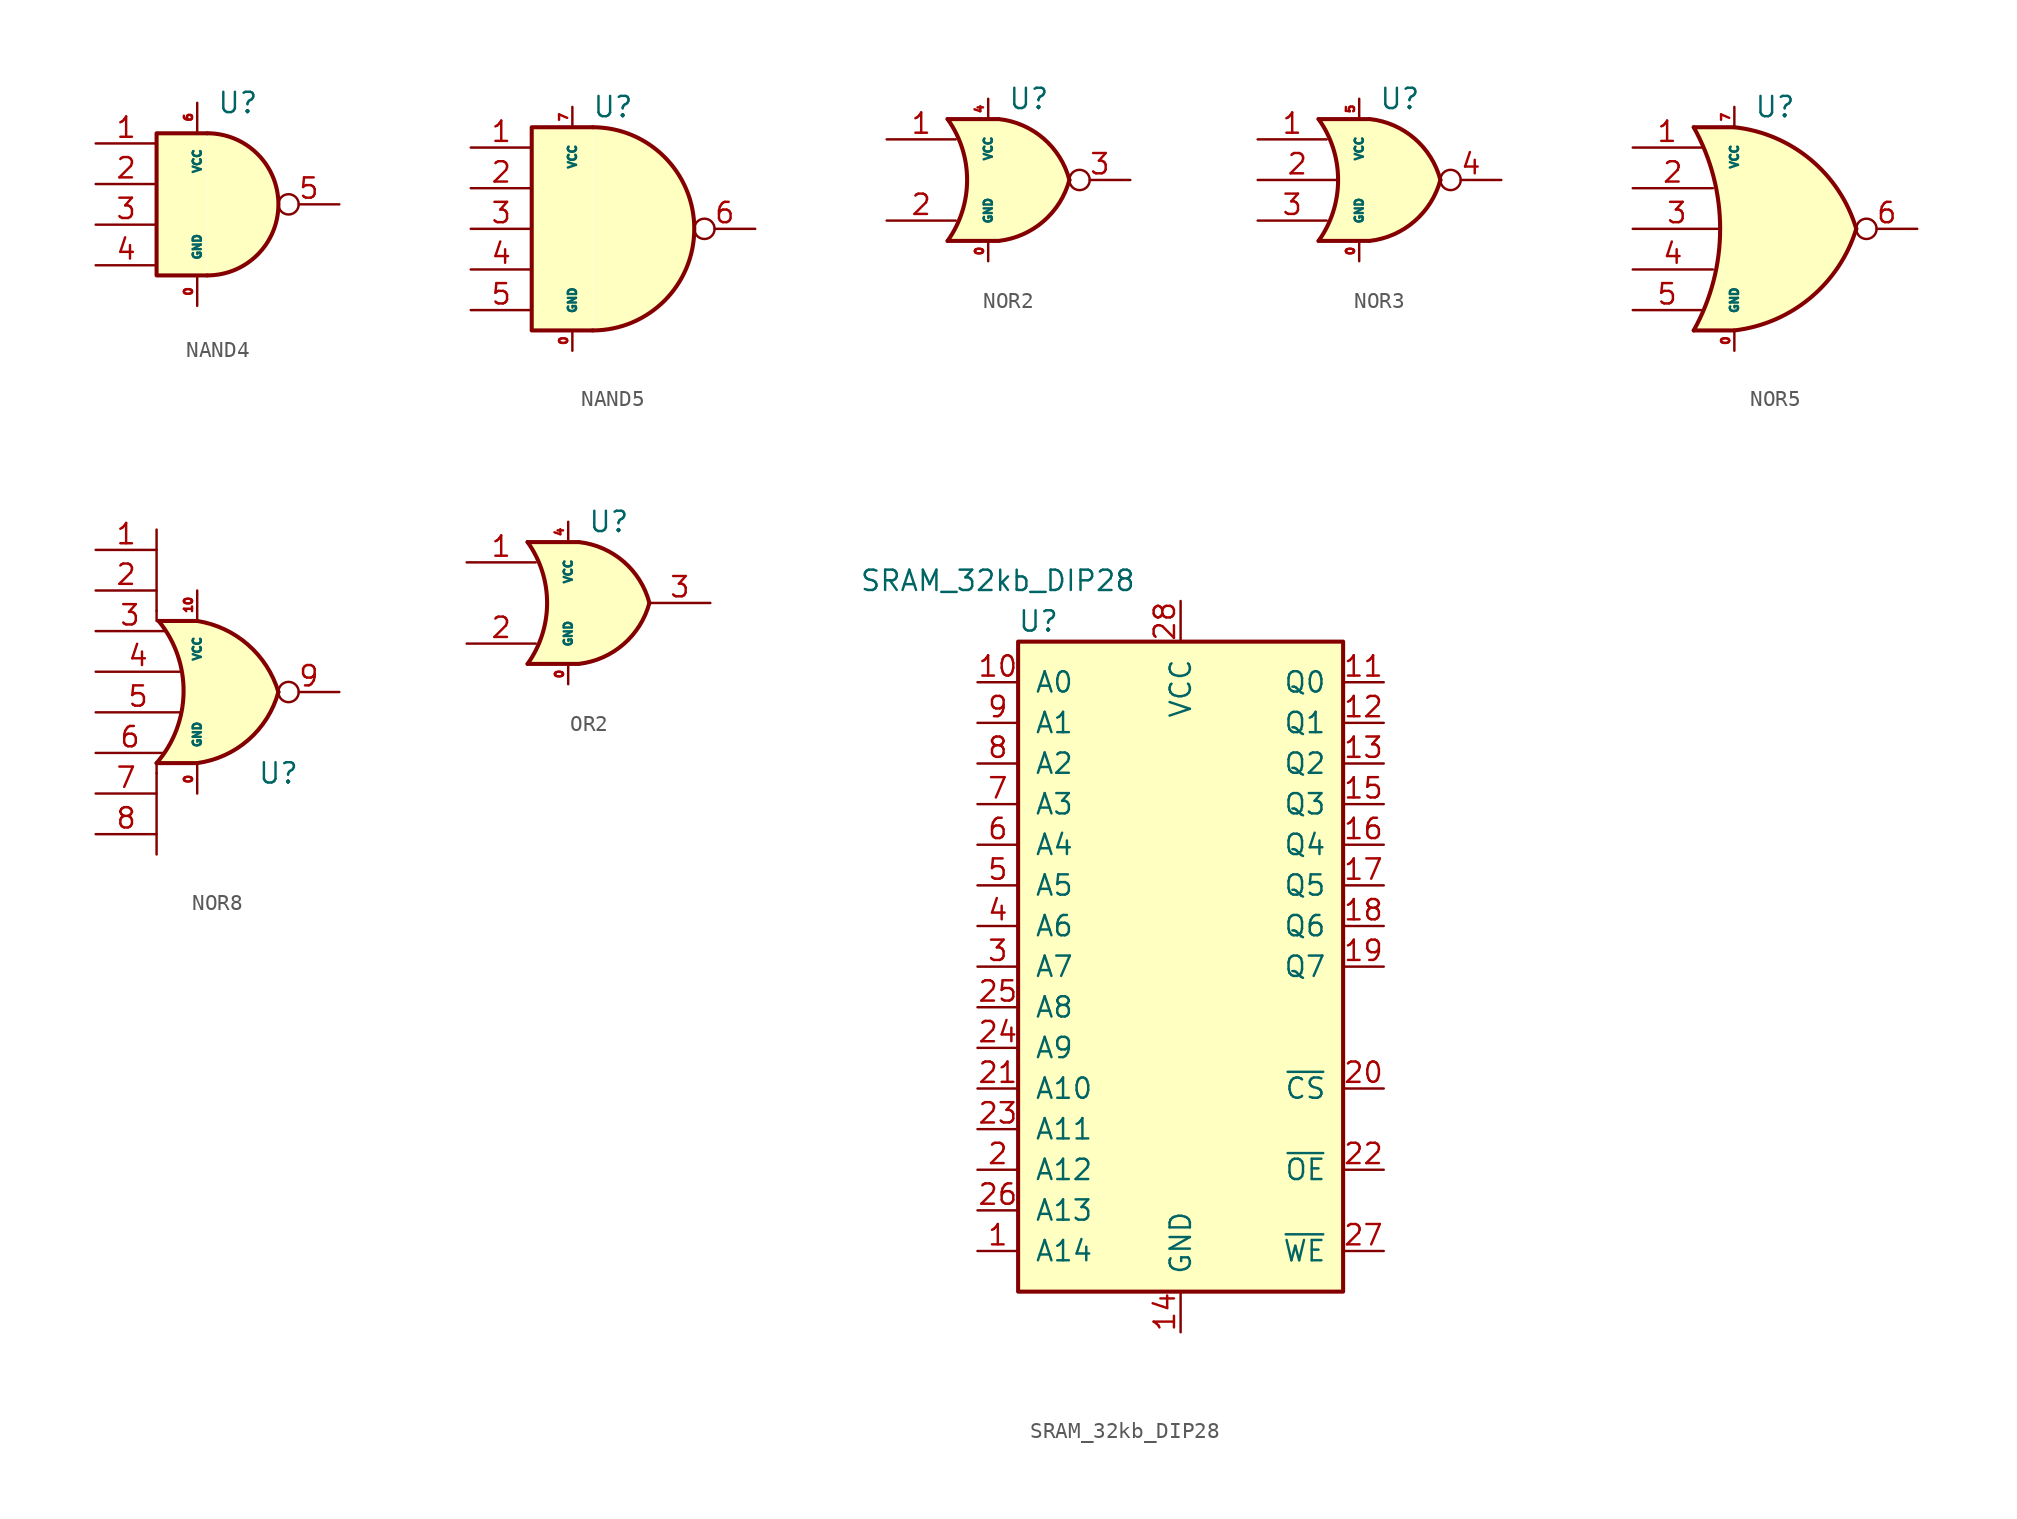
<source format=kicad_sym>
(kicad_symbol_lib
  (version 20231120)
  (generator "kicad_symbol_editor")
  (generator_version "8.0")
  (symbol "NAND4"
    (pin_names
      (offset 1.016))
    (property "Reference" "U"
      (at 2.54 6.35 0)
      (effects (font (size 1.27 1.27))))
    (symbol "NAND4_1_1"
      (polyline (pts (xy 0.635 4.445) (xy -2.54 4.445) (xy -2.54 -4.445) (xy 0.635 -4.445)) (stroke (width 0.254) (type solid)) (fill (type background)))
      (arc (start 0.635 -4.445) (mid 5.08 0) (end 0.635 4.445) (stroke (width 0.254) (type solid)) (fill (type background)))
      (pin input line (at 0 -6.35 90) (length 1.803) (name "GND" (effects (font (size 0.508 0.508)))) (number "0" (effects (font (size 0.508 0.508)))))
      (pin input line (at -6.35 3.81 0) (length 3.81) (name "~" (effects (font (size 1.27 1.27)))) (number "1" (effects (font (size 1.27 1.27)))))
      (pin input line (at -6.35 1.27 0) (length 3.81) (name "~" (effects (font (size 1.27 1.27)))) (number "2" (effects (font (size 1.27 1.27)))))
      (pin input line (at -6.35 -1.27 0) (length 3.81) (name "~" (effects (font (size 1.27 1.27)))) (number "3" (effects (font (size 1.27 1.27)))))
      (pin input line (at -6.35 -3.81 0) (length 3.81) (name "~" (effects (font (size 1.27 1.27)))) (number "4" (effects (font (size 1.27 1.27)))))
      (pin output inverted (at 8.89 0 180) (length 3.81) (name "~" (effects (font (size 1.27 1.27)))) (number "5" (effects (font (size 1.27 1.27)))))
      (pin input line (at 0 6.35 270) (length 1.803) (name "VCC" (effects (font (size 0.508 0.508)))) (number "6" (effects (font (size 0.508 0.508)))))))
  (symbol "NAND5"
    (pin_names
      (offset 1.016))
    (property "Reference" "U"
      (at 2.54 7.62 0)
      (effects (font (size 1.27 1.27))))
    (symbol "NAND5_1_1"
      (polyline (pts (xy 1.27 6.35) (xy -2.54 6.35) (xy -2.54 -6.35) (xy 1.27 -6.35)) (stroke (width 0.254) (type solid)) (fill (type background)))
      (arc (start 1.27 -6.35) (mid 7.62 0) (end 1.27 6.35) (stroke (width 0.254) (type solid)) (fill (type background)))
      (pin input line (at 0 -7.62 90) (length 1.27) (name "GND" (effects (font (size 0.508 0.508)))) (number "0" (effects (font (size 0.508 0.508)))))
      (pin input line (at -6.35 5.08 0) (length 3.81) (name "~" (effects (font (size 1.27 1.27)))) (number "1" (effects (font (size 1.27 1.27)))))
      (pin input line (at -6.35 2.54 0) (length 3.81) (name "~" (effects (font (size 1.27 1.27)))) (number "2" (effects (font (size 1.27 1.27)))))
      (pin input line (at -6.35 0 0) (length 3.81) (name "~" (effects (font (size 1.27 1.27)))) (number "3" (effects (font (size 1.27 1.27)))))
      (pin input line (at -6.35 -2.54 0) (length 3.81) (name "~" (effects (font (size 1.27 1.27)))) (number "4" (effects (font (size 1.27 1.27)))))
      (pin input line (at -6.35 -5.08 0) (length 3.81) (name "~" (effects (font (size 1.27 1.27)))) (number "5" (effects (font (size 1.27 1.27)))))
      (pin output inverted (at 11.43 0 180) (length 3.81) (name "~" (effects (font (size 1.27 1.27)))) (number "6" (effects (font (size 1.27 1.27)))))
      (pin input line (at 0 7.62 270) (length 1.27) (name "VCC" (effects (font (size 0.508 0.508)))) (number "7" (effects (font (size 0.508 0.508)))))))
  (symbol "NOR2"
    (pin_names
      (offset 1.016))
    (property "Reference" "U"
      (at 2.54 5.08 0)
      (effects (font (size 1.27 1.27))))
    (symbol "NOR2_1_1"
      (arc (start -2.54 -3.81) (mid -1.319 0) (end -2.54 3.81) (stroke (width 0.254) (type solid)) (fill (type none)))
      (polyline (pts (xy -2.54 -3.81) (xy 0.635 -3.81)) (stroke (width 0.254) (type solid)) (fill (type background)))
      (polyline (pts (xy -2.54 3.81) (xy 0.635 3.81)) (stroke (width 0.254) (type solid)) (fill (type background)))
      (polyline (pts (xy 0.635 3.81) (xy -2.54 3.81) (xy -2.54 3.81) (xy -2.286 3.404) (xy -1.753 2.261) (xy -1.422 1.041) (xy -1.346 -0.254) (xy -1.499 -1.499) (xy -1.905 -2.718) (xy -2.54 -3.81) (xy -2.54 -3.81) (xy 0.635 -3.81)) (stroke (width -25.4) (type solid)) (fill (type background)))
      (arc (start 0.6604 -3.81) (mid 3.4542 -2.5851) (end 5.08 0) (stroke (width 0.254) (type solid)) (fill (type background)))
      (arc (start 5.08 0) (mid 3.4615 2.5936) (end 0.6604 3.81) (stroke (width 0.254) (type solid)) (fill (type background)))
      (pin input line (at 0 -5.08 90) (length 1.27) (name "GND" (effects (font (size 0.508 0.508)))) (number "0" (effects (font (size 0.508 0.508)))))
      (pin input line (at -6.35 2.54 0) (length 4.318) (name "~" (effects (font (size 1.27 1.27)))) (number "1" (effects (font (size 1.27 1.27)))))
      (pin input line (at -6.35 -2.54 0) (length 4.318) (name "~" (effects (font (size 1.27 1.27)))) (number "2" (effects (font (size 1.27 1.27)))))
      (pin output inverted (at 8.89 0 180) (length 3.81) (name "~" (effects (font (size 1.27 1.27)))) (number "3" (effects (font (size 1.27 1.27)))))
      (pin input line (at 0 5.08 270) (length 1.27) (name "VCC" (effects (font (size 0.508 0.508)))) (number "4" (effects (font (size 0.508 0.508)))))))
  (symbol "NOR3"
    (pin_names
      (offset 1.016))
    (property "Reference" "U"
      (at 2.54 5.08 0)
      (effects (font (size 1.27 1.27))))
    (symbol "NOR3_1_1"
      (arc (start -2.54 -3.81) (mid -1.319 0) (end -2.54 3.81) (stroke (width 0.254) (type solid)) (fill (type none)))
      (polyline (pts (xy -2.54 -3.81) (xy 0.635 -3.81)) (stroke (width 0.254) (type solid)) (fill (type background)))
      (polyline (pts (xy -2.54 3.81) (xy 0.635 3.81)) (stroke (width 0.254) (type solid)) (fill (type background)))
      (polyline (pts (xy 0.635 3.81) (xy -2.54 3.81) (xy -2.54 3.81) (xy -2.286 3.404) (xy -1.753 2.261) (xy -1.422 1.041) (xy -1.346 -0.254) (xy -1.499 -1.499) (xy -1.905 -2.718) (xy -2.54 -3.81) (xy -2.54 -3.81) (xy 0.635 -3.81)) (stroke (width -25.4) (type solid)) (fill (type background)))
      (arc (start 0.6604 -3.81) (mid 3.4542 -2.5851) (end 5.08 0) (stroke (width 0.254) (type solid)) (fill (type background)))
      (arc (start 5.08 0) (mid 3.4615 2.5936) (end 0.6604 3.81) (stroke (width 0.254) (type solid)) (fill (type background)))
      (pin input line (at 0 -5.08 90) (length 1.27) (name "GND" (effects (font (size 0.508 0.508)))) (number "0" (effects (font (size 0.508 0.508)))))
      (pin input line (at -6.35 2.54 0) (length 4.318) (name "~" (effects (font (size 1.27 1.27)))) (number "1" (effects (font (size 1.27 1.27)))))
      (pin input line (at -6.35 0 0) (length 4.953) (name "~" (effects (font (size 1.27 1.27)))) (number "2" (effects (font (size 1.27 1.27)))))
      (pin input line (at -6.35 -2.54 0) (length 4.318) (name "~" (effects (font (size 1.27 1.27)))) (number "3" (effects (font (size 1.27 1.27)))))
      (pin output inverted (at 8.89 0 180) (length 3.81) (name "~" (effects (font (size 1.27 1.27)))) (number "4" (effects (font (size 1.27 1.27)))))
      (pin input line (at 0 5.08 270) (length 1.27) (name "VCC" (effects (font (size 0.508 0.508)))) (number "5" (effects (font (size 0.508 0.508)))))))
  (symbol "NOR5"
    (pin_names
      (offset 1.016))
    (property "Reference" "U"
      (at 2.54 7.62 0)
      (effects (font (size 1.27 1.27))))
    (symbol "NOR5_0_1"
      (arc (start -2.54 -6.35) (mid -0.8881 0) (end -2.54 6.35) (stroke (width 0.254) (type solid)) (fill (type none)))
      (arc (start 0 -6.35) (mid 4.7559 -4.3076) (end 7.62 0) (stroke (width 0.254) (type solid)) (fill (type background)))
      (polyline (pts (xy 0 -6.35) (xy -2.54 -6.35)) (stroke (width 0.254) (type solid)) (fill (type none)))
      (polyline (pts (xy 0 6.35) (xy -2.54 6.35)) (stroke (width 0.254) (type solid)) (fill (type none)))
      (polyline (pts (xy 0 6.35) (xy -0.127 2.413) (xy -1.016 2.286) (xy -1.397 3.556) (xy -1.778 4.826) (xy -2.286 5.842) (xy -2.413 6.35) (xy 0 6.35)) (stroke (width -25.4) (type solid)) (fill (type background)))
      (polyline (pts (xy 0 -6.35) (xy -0.127 0.254) (xy -0.762 -0.381) (xy -1.016 -1.905) (xy -1.27 -3.429) (xy -1.651 -4.572) (xy -2.286 -5.842) (xy -2.54 -6.35) (xy 0 -6.35)) (stroke (width -25.4) (type solid)) (fill (type background)))
      (arc (start 7.62 0) (mid 4.77 4.3244) (end 0 6.35) (stroke (width 0.254) (type solid)) (fill (type background))))
    (symbol "NOR5_1_1"
      (pin input line (at 0 -7.62 90) (length 1.27) (name "GND" (effects (font (size 0.508 0.508)))) (number "0" (effects (font (size 0.508 0.508)))))
      (pin input line (at -6.35 5.08 0) (length 4.293) (name "~" (effects (font (size 1.27 1.27)))) (number "1" (effects (font (size 1.27 1.27)))))
      (pin input line (at -6.35 2.54 0) (length 5.004) (name "~" (effects (font (size 1.27 1.27)))) (number "2" (effects (font (size 1.27 1.27)))))
      (pin input line (at -6.35 0 0) (length 5.512) (name "~" (effects (font (size 1.27 1.27)))) (number "3" (effects (font (size 1.27 1.27)))))
      (pin input line (at -6.35 -2.54 0) (length 5.004) (name "~" (effects (font (size 1.27 1.27)))) (number "4" (effects (font (size 1.27 1.27)))))
      (pin input line (at -6.35 -5.08 0) (length 4.293) (name "~" (effects (font (size 1.27 1.27)))) (number "5" (effects (font (size 1.27 1.27)))))
      (pin output inverted (at 11.43 0 180) (length 3.81) (name "~" (effects (font (size 1.27 1.27)))) (number "6" (effects (font (size 1.27 1.27)))))
      (pin input line (at 0 7.62 270) (length 1.27) (name "VCC" (effects (font (size 0.508 0.508)))) (number "7" (effects (font (size 0.508 0.508)))))))
  (symbol "NOR8"
    (pin_names
      (offset 1.016))
    (property "Reference" "U"
      (at 5.08 -5.08 0)
      (effects (font (size 1.27 1.27))))
    (symbol "NOR8_0_1"
      (polyline (pts (xy -2.54 -5.08) (xy -2.54 -10.16)) (stroke (width 0) (type solid)) (fill (type none)))
      (polyline (pts (xy -2.54 -5.08) (xy -2.54 -4.445)) (stroke (width 0) (type solid)) (fill (type none)))
      (polyline (pts (xy -2.54 5.08) (xy -2.54 4.445)) (stroke (width 0) (type solid)) (fill (type none)))
      (polyline (pts (xy -2.54 5.08) (xy -2.54 10.16)) (stroke (width 0) (type solid)) (fill (type none))))
    (symbol "NOR8_1_1"
      (arc (start -2.54 -4.445) (mid -0.8518 -0.023) (end -2.413 4.445) (stroke (width 0.254) (type solid)) (fill (type none)))
      (arc (start 0 -4.445) (mid 3.2076 -2.9869) (end 5.08 0) (stroke (width 0.254) (type solid)) (fill (type background)))
      (polyline (pts (xy 0 -4.445) (xy -2.54 -4.445)) (stroke (width 0.254) (type solid)) (fill (type none)))
      (polyline (pts (xy 0 4.445) (xy -2.413 4.445)) (stroke (width 0.254) (type solid)) (fill (type none)))
      (polyline (pts (xy 0 4.445) (xy 0 -4.445) (xy -2.54 -4.445) (xy -1.651 -3.175) (xy -1.016 -1.397) (xy -0.889 -0.254) (xy -0.889 0.635) (xy -1.016 1.651) (xy -1.27 2.286) (xy -1.524 3.048) (xy -1.905 3.683) (xy -2.413 4.445) (xy 0 4.445)) (stroke (width -25.4) (type solid)) (fill (type background)))
      (arc (start 5.08 0) (mid 3.1803 2.9562) (end 0 4.445) (stroke (width 0.254) (type solid)) (fill (type background)))
      (pin input line (at 0 -6.35 90) (length 1.803) (name "GND" (effects (font (size 0.508 0.508)))) (number "0" (effects (font (size 0.508 0.508)))))
      (pin input line (at -6.35 8.89 0) (length 3.81) (name "~" (effects (font (size 1.27 1.27)))) (number "1" (effects (font (size 1.27 1.27)))))
      (pin input line (at 0 6.35 270) (length 1.803) (name "VCC" (effects (font (size 0.508 0.508)))) (number "10" (effects (font (size 0.508 0.508)))))
      (pin input line (at -6.35 6.35 0) (length 3.81) (name "~" (effects (font (size 1.27 1.27)))) (number "2" (effects (font (size 1.27 1.27)))))
      (pin input line (at -6.35 3.81 0) (length 4.293) (name "~" (effects (font (size 1.27 1.27)))) (number "3" (effects (font (size 1.27 1.27)))))
      (pin input line (at -6.35 1.27 0) (length 5.309) (name "~" (effects (font (size 1.27 1.27)))) (number "4" (effects (font (size 1.27 1.27)))))
      (pin input line (at -6.35 -1.27 0) (length 5.309) (name "~" (effects (font (size 1.27 1.27)))) (number "5" (effects (font (size 1.27 1.27)))))
      (pin input line (at -6.35 -3.81 0) (length 4.293) (name "~" (effects (font (size 1.27 1.27)))) (number "6" (effects (font (size 1.27 1.27)))))
      (pin input line (at -6.35 -6.35 0) (length 3.81) (name "~" (effects (font (size 1.27 1.27)))) (number "7" (effects (font (size 1.27 1.27)))))
      (pin input line (at -6.35 -8.89 0) (length 3.81) (name "~" (effects (font (size 1.27 1.27)))) (number "8" (effects (font (size 1.27 1.27)))))
      (pin output inverted (at 8.89 0 180) (length 3.81) (name "~" (effects (font (size 1.27 1.27)))) (number "9" (effects (font (size 1.27 1.27)))))))
  (symbol "OR2"
    (pin_names
      (offset 1.016))
    (property "Reference" "U"
      (at 2.54 5.08 0)
      (effects (font (size 1.27 1.27))))
    (symbol "OR2_1_1"
      (arc (start -2.54 -3.81) (mid -1.319 0) (end -2.54 3.81) (stroke (width 0.254) (type solid)) (fill (type none)))
      (polyline (pts (xy -2.54 -3.81) (xy 0.635 -3.81)) (stroke (width 0.254) (type solid)) (fill (type background)))
      (polyline (pts (xy -2.54 3.81) (xy 0.635 3.81)) (stroke (width 0.254) (type solid)) (fill (type background)))
      (polyline (pts (xy 0.635 3.81) (xy -2.54 3.81) (xy -2.54 3.81) (xy -2.286 3.404) (xy -1.753 2.261) (xy -1.422 1.041) (xy -1.346 -0.254) (xy -1.499 -1.499) (xy -1.905 -2.718) (xy -2.54 -3.81) (xy -2.54 -3.81) (xy 0.635 -3.81)) (stroke (width -25.4) (type solid)) (fill (type background)))
      (arc (start 0.6604 -3.81) (mid 3.4542 -2.5851) (end 5.08 0) (stroke (width 0.254) (type solid)) (fill (type background)))
      (arc (start 5.08 0) (mid 3.4615 2.5936) (end 0.6604 3.81) (stroke (width 0.254) (type solid)) (fill (type background)))
      (pin input line (at 0 -5.08 90) (length 1.27) (name "GND" (effects (font (size 0.508 0.508)))) (number "0" (effects (font (size 0.508 0.508)))))
      (pin input line (at -6.35 2.54 0) (length 4.318) (name "~" (effects (font (size 1.27 1.27)))) (number "1" (effects (font (size 1.27 1.27)))))
      (pin input line (at -6.35 -2.54 0) (length 4.318) (name "~" (effects (font (size 1.27 1.27)))) (number "2" (effects (font (size 1.27 1.27)))))
      (pin output line (at 8.89 0 180) (length 3.81) (name "~" (effects (font (size 1.27 1.27)))) (number "3" (effects (font (size 1.27 1.27)))))
      (pin input line (at 0 5.08 270) (length 1.27) (name "VCC" (effects (font (size 0.508 0.508)))) (number "4" (effects (font (size 0.508 0.508)))))))
  (symbol "SRAM_32kb_DIP28"
    (pin_names
      (offset 1.016))
    (property "Reference" "U"
      (at -8.89 21.59 0)
      (effects (font (size 1.27 1.27))))
    (property "Value" "SRAM_32kb_DIP28"
      (at -11.43 24.13 0)
      (effects (font (size 1.27 1.27))))
    (symbol "SRAM_32kb_DIP28_1_1"
      (rectangle (start -10.16 20.32) (end 10.16 -20.32) (stroke (width 0.254) (type solid)) (fill (type background)))
      (pin input line (at -12.7 -17.78 0) (length 2.54) (name "A14" (effects (font (size 1.27 1.27)))) (number "1" (effects (font (size 1.27 1.27)))))
      (pin input line (at -12.7 17.78 0) (length 2.54) (name "A0" (effects (font (size 1.27 1.27)))) (number "10" (effects (font (size 1.27 1.27)))))
      (pin tri_state line (at 12.7 17.78 180) (length 2.54) (name "Q0" (effects (font (size 1.27 1.27)))) (number "11" (effects (font (size 1.27 1.27)))))
      (pin tri_state line (at 12.7 15.24 180) (length 2.54) (name "Q1" (effects (font (size 1.27 1.27)))) (number "12" (effects (font (size 1.27 1.27)))))
      (pin tri_state line (at 12.7 12.7 180) (length 2.54) (name "Q2" (effects (font (size 1.27 1.27)))) (number "13" (effects (font (size 1.27 1.27)))))
      (pin power_in line (at 0 -22.86 90) (length 2.54) (name "GND" (effects (font (size 1.27 1.27)))) (number "14" (effects (font (size 1.27 1.27)))))
      (pin tri_state line (at 12.7 10.16 180) (length 2.54) (name "Q3" (effects (font (size 1.27 1.27)))) (number "15" (effects (font (size 1.27 1.27)))))
      (pin tri_state line (at 12.7 7.62 180) (length 2.54) (name "Q4" (effects (font (size 1.27 1.27)))) (number "16" (effects (font (size 1.27 1.27)))))
      (pin tri_state line (at 12.7 5.08 180) (length 2.54) (name "Q5" (effects (font (size 1.27 1.27)))) (number "17" (effects (font (size 1.27 1.27)))))
      (pin tri_state line (at 12.7 2.54 180) (length 2.54) (name "Q6" (effects (font (size 1.27 1.27)))) (number "18" (effects (font (size 1.27 1.27)))))
      (pin tri_state line (at 12.7 0 180) (length 2.54) (name "Q7" (effects (font (size 1.27 1.27)))) (number "19" (effects (font (size 1.27 1.27)))))
      (pin input line (at -12.7 -12.7 0) (length 2.54) (name "A12" (effects (font (size 1.27 1.27)))) (number "2" (effects (font (size 1.27 1.27)))))
      (pin input line (at 12.7 -7.62 180) (length 2.54) (name "~{CS}" (effects (font (size 1.27 1.27)))) (number "20" (effects (font (size 1.27 1.27)))))
      (pin input line (at -12.7 -7.62 0) (length 2.54) (name "A10" (effects (font (size 1.27 1.27)))) (number "21" (effects (font (size 1.27 1.27)))))
      (pin input line (at 12.7 -12.7 180) (length 2.54) (name "~{OE}" (effects (font (size 1.27 1.27)))) (number "22" (effects (font (size 1.27 1.27)))))
      (pin input line (at -12.7 -10.16 0) (length 2.54) (name "A11" (effects (font (size 1.27 1.27)))) (number "23" (effects (font (size 1.27 1.27)))))
      (pin input line (at -12.7 -5.08 0) (length 2.54) (name "A9" (effects (font (size 1.27 1.27)))) (number "24" (effects (font (size 1.27 1.27)))))
      (pin input line (at -12.7 -2.54 0) (length 2.54) (name "A8" (effects (font (size 1.27 1.27)))) (number "25" (effects (font (size 1.27 1.27)))))
      (pin input line (at -12.7 -15.24 0) (length 2.54) (name "A13" (effects (font (size 1.27 1.27)))) (number "26" (effects (font (size 1.27 1.27)))))
      (pin input line (at 12.7 -17.78 180) (length 2.54) (name "~{WE}" (effects (font (size 1.27 1.27)))) (number "27" (effects (font (size 1.27 1.27)))))
      (pin power_in line (at 0 22.86 270) (length 2.54) (name "VCC" (effects (font (size 1.27 1.27)))) (number "28" (effects (font (size 1.27 1.27)))))
      (pin input line (at -12.7 0 0) (length 2.54) (name "A7" (effects (font (size 1.27 1.27)))) (number "3" (effects (font (size 1.27 1.27)))))
      (pin input line (at -12.7 2.54 0) (length 2.54) (name "A6" (effects (font (size 1.27 1.27)))) (number "4" (effects (font (size 1.27 1.27)))))
      (pin input line (at -12.7 5.08 0) (length 2.54) (name "A5" (effects (font (size 1.27 1.27)))) (number "5" (effects (font (size 1.27 1.27)))))
      (pin input line (at -12.7 7.62 0) (length 2.54) (name "A4" (effects (font (size 1.27 1.27)))) (number "6" (effects (font (size 1.27 1.27)))))
      (pin input line (at -12.7 10.16 0) (length 2.54) (name "A3" (effects (font (size 1.27 1.27)))) (number "7" (effects (font (size 1.27 1.27)))))
      (pin input line (at -12.7 12.7 0) (length 2.54) (name "A2" (effects (font (size 1.27 1.27)))) (number "8" (effects (font (size 1.27 1.27)))))
      (pin input line (at -12.7 15.24 0) (length 2.54) (name "A1" (effects (font (size 1.27 1.27)))) (number "9" (effects (font (size 1.27 1.27))))))))
</source>
